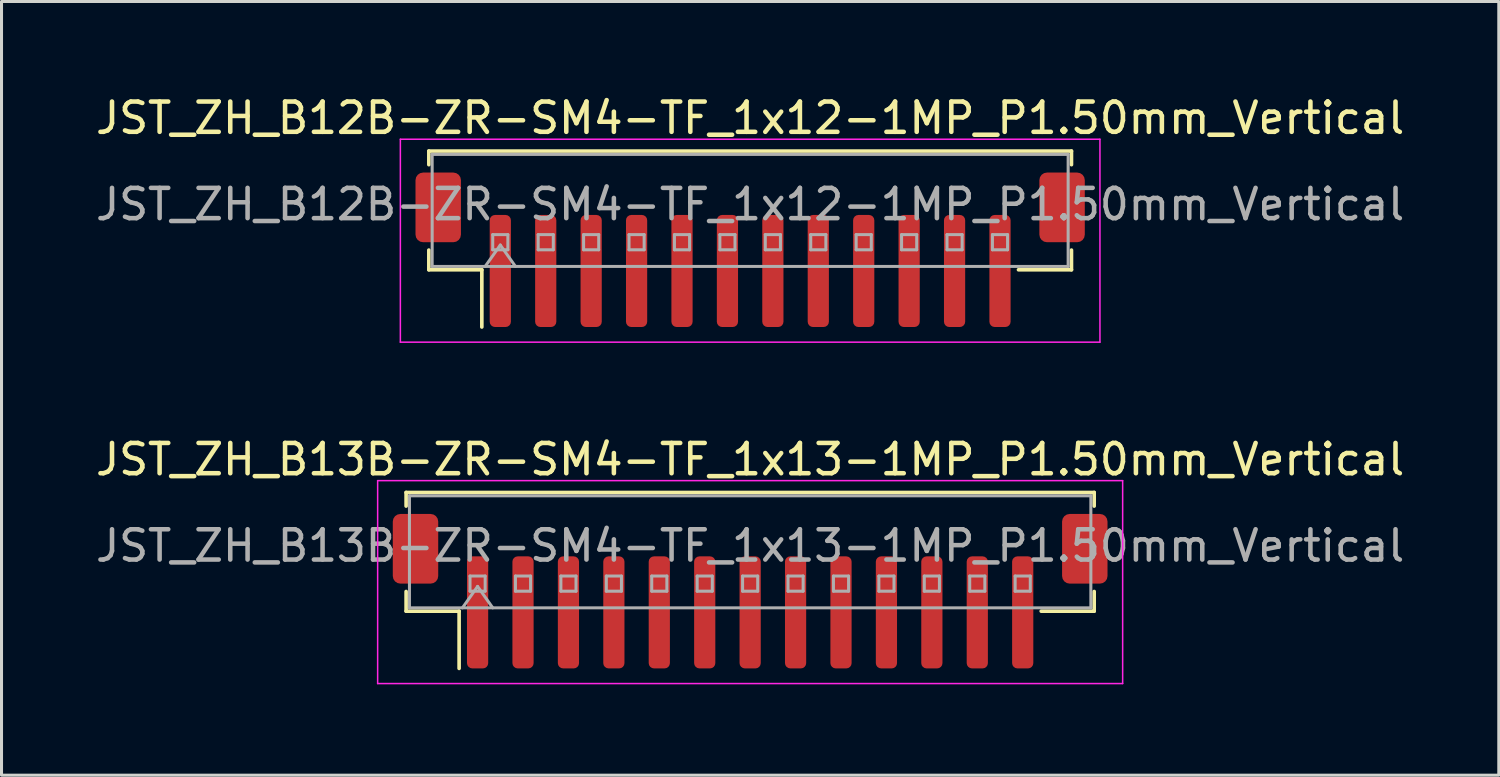
<source format=kicad_pcb>
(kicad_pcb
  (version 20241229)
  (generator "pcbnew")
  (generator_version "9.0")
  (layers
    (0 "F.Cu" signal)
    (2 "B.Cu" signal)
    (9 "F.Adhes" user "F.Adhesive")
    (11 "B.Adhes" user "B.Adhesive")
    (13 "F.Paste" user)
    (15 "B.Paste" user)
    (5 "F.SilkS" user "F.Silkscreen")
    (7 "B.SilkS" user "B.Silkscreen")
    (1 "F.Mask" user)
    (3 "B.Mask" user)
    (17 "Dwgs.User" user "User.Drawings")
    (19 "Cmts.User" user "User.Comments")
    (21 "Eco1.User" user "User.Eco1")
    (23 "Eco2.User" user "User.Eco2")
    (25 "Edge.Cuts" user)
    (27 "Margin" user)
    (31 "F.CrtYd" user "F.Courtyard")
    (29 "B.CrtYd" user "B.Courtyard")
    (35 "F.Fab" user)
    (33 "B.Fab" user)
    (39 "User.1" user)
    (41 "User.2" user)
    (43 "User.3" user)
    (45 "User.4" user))
  (footprint "JST_ZH_B12B-ZR-SM4-TF_1x12-1MP_P1.50mm_Vertical"
    (layer "F.Cu")
    (at 21.72 5.198)
    (property "Reference" "JST_ZH_B12B-ZR-SM4-TF_1x12-1MP_P1.50mm_Vertical" (at 0 -4.35 0) (layer "F.SilkS") (effects (font (size 1 1) (thickness 0.15))))
    (attr smd)
    (fp_line (start -10.61 -3.26) (end 10.61 -3.26) (stroke (width 0.12) (type solid)) (layer "F.SilkS"))
    (fp_line (start -10.61 -2.81) (end -10.61 -3.26) (stroke (width 0.12) (type solid)) (layer "F.SilkS"))
    (fp_line (start -10.61 0.01) (end -10.61 0.66) (stroke (width 0.12) (type solid)) (layer "F.SilkS"))
    (fp_line (start -10.61 0.66) (end -8.86 0.66) (stroke (width 0.12) (type solid)) (layer "F.SilkS"))
    (fp_line (start -8.86 0.66) (end -8.86 2.55) (stroke (width 0.12) (type solid)) (layer "F.SilkS"))
    (fp_line (start 10.61 -3.26) (end 10.61 -2.81) (stroke (width 0.12) (type solid)) (layer "F.SilkS"))
    (fp_line (start 10.61 0.01) (end 10.61 0.66) (stroke (width 0.12) (type solid)) (layer "F.SilkS"))
    (fp_line (start 10.61 0.66) (end 8.86 0.66) (stroke (width 0.12) (type solid)) (layer "F.SilkS"))
    (fp_line (start -11.55 -3.65) (end -11.55 3.05) (stroke (width 0.05) (type solid)) (layer "F.CrtYd"))
    (fp_line (start -11.55 3.05) (end 11.55 3.05) (stroke (width 0.05) (type solid)) (layer "F.CrtYd"))
    (fp_line (start 11.55 -3.65) (end -11.55 -3.65) (stroke (width 0.05) (type solid)) (layer "F.CrtYd"))
    (fp_line (start 11.55 3.05) (end 11.55 -3.65) (stroke (width 0.05) (type solid)) (layer "F.CrtYd"))
    (fp_line (start -10.5 -3.15) (end 10.5 -3.15) (stroke (width 0.1) (type solid)) (layer "F.Fab"))
    (fp_line (start -10.5 0.55) (end -10.5 -3.15) (stroke (width 0.1) (type solid)) (layer "F.Fab"))
    (fp_line (start -10.5 0.55) (end 10.5 0.55) (stroke (width 0.1) (type solid)) (layer "F.Fab"))
    (fp_line (start -8.75 0.55) (end -8.25 -0.157) (stroke (width 0.1) (type solid)) (layer "F.Fab"))
    (fp_line (start -8.5 -0.5) (end -8.5 0) (stroke (width 0.1) (type solid)) (layer "F.Fab"))
    (fp_line (start -8.5 0) (end -8 0) (stroke (width 0.1) (type solid)) (layer "F.Fab"))
    (fp_line (start -8.25 -0.157) (end -7.75 0.55) (stroke (width 0.1) (type solid)) (layer "F.Fab"))
    (fp_line (start -8 -0.5) (end -8.5 -0.5) (stroke (width 0.1) (type solid)) (layer "F.Fab"))
    (fp_line (start -8 0) (end -8 -0.5) (stroke (width 0.1) (type solid)) (layer "F.Fab"))
    (fp_line (start -7 -0.5) (end -7 0) (stroke (width 0.1) (type solid)) (layer "F.Fab"))
    (fp_line (start -7 0) (end -6.5 0) (stroke (width 0.1) (type solid)) (layer "F.Fab"))
    (fp_line (start -6.5 -0.5) (end -7 -0.5) (stroke (width 0.1) (type solid)) (layer "F.Fab"))
    (fp_line (start -6.5 0) (end -6.5 -0.5) (stroke (width 0.1) (type solid)) (layer "F.Fab"))
    (fp_line (start -5.5 -0.5) (end -5.5 0) (stroke (width 0.1) (type solid)) (layer "F.Fab"))
    (fp_line (start -5.5 0) (end -5 0) (stroke (width 0.1) (type solid)) (layer "F.Fab"))
    (fp_line (start -5 -0.5) (end -5.5 -0.5) (stroke (width 0.1) (type solid)) (layer "F.Fab"))
    (fp_line (start -5 0) (end -5 -0.5) (stroke (width 0.1) (type solid)) (layer "F.Fab"))
    (fp_line (start -4 -0.5) (end -4 0) (stroke (width 0.1) (type solid)) (layer "F.Fab"))
    (fp_line (start -4 0) (end -3.5 0) (stroke (width 0.1) (type solid)) (layer "F.Fab"))
    (fp_line (start -3.5 -0.5) (end -4 -0.5) (stroke (width 0.1) (type solid)) (layer "F.Fab"))
    (fp_line (start -3.5 0) (end -3.5 -0.5) (stroke (width 0.1) (type solid)) (layer "F.Fab"))
    (fp_line (start -2.5 -0.5) (end -2.5 0) (stroke (width 0.1) (type solid)) (layer "F.Fab"))
    (fp_line (start -2.5 0) (end -2 0) (stroke (width 0.1) (type solid)) (layer "F.Fab"))
    (fp_line (start -2 -0.5) (end -2.5 -0.5) (stroke (width 0.1) (type solid)) (layer "F.Fab"))
    (fp_line (start -2 0) (end -2 -0.5) (stroke (width 0.1) (type solid)) (layer "F.Fab"))
    (fp_line (start -1 -0.5) (end -1 0) (stroke (width 0.1) (type solid)) (layer "F.Fab"))
    (fp_line (start -1 0) (end -0.5 0) (stroke (width 0.1) (type solid)) (layer "F.Fab"))
    (fp_line (start -0.5 -0.5) (end -1 -0.5) (stroke (width 0.1) (type solid)) (layer "F.Fab"))
    (fp_line (start -0.5 0) (end -0.5 -0.5) (stroke (width 0.1) (type solid)) (layer "F.Fab"))
    (fp_line (start 0.5 -0.5) (end 0.5 0) (stroke (width 0.1) (type solid)) (layer "F.Fab"))
    (fp_line (start 0.5 0) (end 1 0) (stroke (width 0.1) (type solid)) (layer "F.Fab"))
    (fp_line (start 1 -0.5) (end 0.5 -0.5) (stroke (width 0.1) (type solid)) (layer "F.Fab"))
    (fp_line (start 1 0) (end 1 -0.5) (stroke (width 0.1) (type solid)) (layer "F.Fab"))
    (fp_line (start 2 -0.5) (end 2 0) (stroke (width 0.1) (type solid)) (layer "F.Fab"))
    (fp_line (start 2 0) (end 2.5 0) (stroke (width 0.1) (type solid)) (layer "F.Fab"))
    (fp_line (start 2.5 -0.5) (end 2 -0.5) (stroke (width 0.1) (type solid)) (layer "F.Fab"))
    (fp_line (start 2.5 0) (end 2.5 -0.5) (stroke (width 0.1) (type solid)) (layer "F.Fab"))
    (fp_line (start 3.5 -0.5) (end 3.5 0) (stroke (width 0.1) (type solid)) (layer "F.Fab"))
    (fp_line (start 3.5 0) (end 4 0) (stroke (width 0.1) (type solid)) (layer "F.Fab"))
    (fp_line (start 4 -0.5) (end 3.5 -0.5) (stroke (width 0.1) (type solid)) (layer "F.Fab"))
    (fp_line (start 4 0) (end 4 -0.5) (stroke (width 0.1) (type solid)) (layer "F.Fab"))
    (fp_line (start 5 -0.5) (end 5 0) (stroke (width 0.1) (type solid)) (layer "F.Fab"))
    (fp_line (start 5 0) (end 5.5 0) (stroke (width 0.1) (type solid)) (layer "F.Fab"))
    (fp_line (start 5.5 -0.5) (end 5 -0.5) (stroke (width 0.1) (type solid)) (layer "F.Fab"))
    (fp_line (start 5.5 0) (end 5.5 -0.5) (stroke (width 0.1) (type solid)) (layer "F.Fab"))
    (fp_line (start 6.5 -0.5) (end 6.5 0) (stroke (width 0.1) (type solid)) (layer "F.Fab"))
    (fp_line (start 6.5 0) (end 7 0) (stroke (width 0.1) (type solid)) (layer "F.Fab"))
    (fp_line (start 7 -0.5) (end 6.5 -0.5) (stroke (width 0.1) (type solid)) (layer "F.Fab"))
    (fp_line (start 7 0) (end 7 -0.5) (stroke (width 0.1) (type solid)) (layer "F.Fab"))
    (fp_line (start 8 -0.5) (end 8 0) (stroke (width 0.1) (type solid)) (layer "F.Fab"))
    (fp_line (start 8 0) (end 8.5 0) (stroke (width 0.1) (type solid)) (layer "F.Fab"))
    (fp_line (start 8.5 -0.5) (end 8 -0.5) (stroke (width 0.1) (type solid)) (layer "F.Fab"))
    (fp_line (start 8.5 0) (end 8.5 -0.5) (stroke (width 0.1) (type solid)) (layer "F.Fab"))
    (fp_line (start 10.5 0.55) (end 10.5 -3.15) (stroke (width 0.1) (type solid)) (layer "F.Fab"))
    (fp_text user "${REFERENCE}" (at 0 -1.5 0) (layer "F.Fab") (effects (font (size 1 1) (thickness 0.15))))
    (pad "1" smd roundrect (at -8.25 0.7) (size 0.7 3.7) (layers "F.Cu" "F.Mask" "F.Paste") (roundrect_rratio 0.25))
    (pad "2" smd roundrect (at -6.75 0.7) (size 0.7 3.7) (layers "F.Cu" "F.Mask" "F.Paste") (roundrect_rratio 0.25))
    (pad "3" smd roundrect (at -5.25 0.7) (size 0.7 3.7) (layers "F.Cu" "F.Mask" "F.Paste") (roundrect_rratio 0.25))
    (pad "4" smd roundrect (at -3.75 0.7) (size 0.7 3.7) (layers "F.Cu" "F.Mask" "F.Paste") (roundrect_rratio 0.25))
    (pad "5" smd roundrect (at -2.25 0.7) (size 0.7 3.7) (layers "F.Cu" "F.Mask" "F.Paste") (roundrect_rratio 0.25))
    (pad "6" smd roundrect (at -0.75 0.7) (size 0.7 3.7) (layers "F.Cu" "F.Mask" "F.Paste") (roundrect_rratio 0.25))
    (pad "7" smd roundrect (at 0.75 0.7) (size 0.7 3.7) (layers "F.Cu" "F.Mask" "F.Paste") (roundrect_rratio 0.25))
    (pad "8" smd roundrect (at 2.25 0.7) (size 0.7 3.7) (layers "F.Cu" "F.Mask" "F.Paste") (roundrect_rratio 0.25))
    (pad "9" smd roundrect (at 3.75 0.7) (size 0.7 3.7) (layers "F.Cu" "F.Mask" "F.Paste") (roundrect_rratio 0.25))
    (pad "10" smd roundrect (at 5.25 0.7) (size 0.7 3.7) (layers "F.Cu" "F.Mask" "F.Paste") (roundrect_rratio 0.25))
    (pad "11" smd roundrect (at 6.75 0.7) (size 0.7 3.7) (layers "F.Cu" "F.Mask" "F.Paste") (roundrect_rratio 0.25))
    (pad "12" smd roundrect (at 8.25 0.7) (size 0.7 3.7) (layers "F.Cu" "F.Mask" "F.Paste") (roundrect_rratio 0.25))
    (pad "MP" smd roundrect (at -10.3 -1.4) (size 1.5 2.3) (layers "F.Cu" "F.Mask" "F.Paste") (roundrect_rratio 0.167))
    (pad "MP" smd roundrect (at 10.3 -1.4) (size 1.5 2.3) (layers "F.Cu" "F.Mask" "F.Paste") (roundrect_rratio 0.167)))
  (footprint "JST_ZH_B13B-ZR-SM4-TF_1x13-1MP_P1.50mm_Vertical"
    (layer "F.Cu")
    (at 21.72 16.471)
    (property "Reference" "JST_ZH_B13B-ZR-SM4-TF_1x13-1MP_P1.50mm_Vertical" (at 0 -4.35 0) (layer "F.SilkS") (effects (font (size 1 1) (thickness 0.15))))
    (attr smd)
    (fp_line (start -11.36 -3.26) (end 11.36 -3.26) (stroke (width 0.12) (type solid)) (layer "F.SilkS"))
    (fp_line (start -11.36 -2.81) (end -11.36 -3.26) (stroke (width 0.12) (type solid)) (layer "F.SilkS"))
    (fp_line (start -11.36 0.01) (end -11.36 0.66) (stroke (width 0.12) (type solid)) (layer "F.SilkS"))
    (fp_line (start -11.36 0.66) (end -9.61 0.66) (stroke (width 0.12) (type solid)) (layer "F.SilkS"))
    (fp_line (start -9.61 0.66) (end -9.61 2.55) (stroke (width 0.12) (type solid)) (layer "F.SilkS"))
    (fp_line (start 11.36 -3.26) (end 11.36 -2.81) (stroke (width 0.12) (type solid)) (layer "F.SilkS"))
    (fp_line (start 11.36 0.01) (end 11.36 0.66) (stroke (width 0.12) (type solid)) (layer "F.SilkS"))
    (fp_line (start 11.36 0.66) (end 9.61 0.66) (stroke (width 0.12) (type solid)) (layer "F.SilkS"))
    (fp_line (start -12.3 -3.65) (end -12.3 3.05) (stroke (width 0.05) (type solid)) (layer "F.CrtYd"))
    (fp_line (start -12.3 3.05) (end 12.3 3.05) (stroke (width 0.05) (type solid)) (layer "F.CrtYd"))
    (fp_line (start 12.3 -3.65) (end -12.3 -3.65) (stroke (width 0.05) (type solid)) (layer "F.CrtYd"))
    (fp_line (start 12.3 3.05) (end 12.3 -3.65) (stroke (width 0.05) (type solid)) (layer "F.CrtYd"))
    (fp_line (start -11.25 -3.15) (end 11.25 -3.15) (stroke (width 0.1) (type solid)) (layer "F.Fab"))
    (fp_line (start -11.25 0.55) (end -11.25 -3.15) (stroke (width 0.1) (type solid)) (layer "F.Fab"))
    (fp_line (start -11.25 0.55) (end 11.25 0.55) (stroke (width 0.1) (type solid)) (layer "F.Fab"))
    (fp_line (start -9.5 0.55) (end -9 -0.157) (stroke (width 0.1) (type solid)) (layer "F.Fab"))
    (fp_line (start -9.25 -0.5) (end -9.25 0) (stroke (width 0.1) (type solid)) (layer "F.Fab"))
    (fp_line (start -9.25 0) (end -8.75 0) (stroke (width 0.1) (type solid)) (layer "F.Fab"))
    (fp_line (start -9 -0.157) (end -8.5 0.55) (stroke (width 0.1) (type solid)) (layer "F.Fab"))
    (fp_line (start -8.75 -0.5) (end -9.25 -0.5) (stroke (width 0.1) (type solid)) (layer "F.Fab"))
    (fp_line (start -8.75 0) (end -8.75 -0.5) (stroke (width 0.1) (type solid)) (layer "F.Fab"))
    (fp_line (start -7.75 -0.5) (end -7.75 0) (stroke (width 0.1) (type solid)) (layer "F.Fab"))
    (fp_line (start -7.75 0) (end -7.25 0) (stroke (width 0.1) (type solid)) (layer "F.Fab"))
    (fp_line (start -7.25 -0.5) (end -7.75 -0.5) (stroke (width 0.1) (type solid)) (layer "F.Fab"))
    (fp_line (start -7.25 0) (end -7.25 -0.5) (stroke (width 0.1) (type solid)) (layer "F.Fab"))
    (fp_line (start -6.25 -0.5) (end -6.25 0) (stroke (width 0.1) (type solid)) (layer "F.Fab"))
    (fp_line (start -6.25 0) (end -5.75 0) (stroke (width 0.1) (type solid)) (layer "F.Fab"))
    (fp_line (start -5.75 -0.5) (end -6.25 -0.5) (stroke (width 0.1) (type solid)) (layer "F.Fab"))
    (fp_line (start -5.75 0) (end -5.75 -0.5) (stroke (width 0.1) (type solid)) (layer "F.Fab"))
    (fp_line (start -4.75 -0.5) (end -4.75 0) (stroke (width 0.1) (type solid)) (layer "F.Fab"))
    (fp_line (start -4.75 0) (end -4.25 0) (stroke (width 0.1) (type solid)) (layer "F.Fab"))
    (fp_line (start -4.25 -0.5) (end -4.75 -0.5) (stroke (width 0.1) (type solid)) (layer "F.Fab"))
    (fp_line (start -4.25 0) (end -4.25 -0.5) (stroke (width 0.1) (type solid)) (layer "F.Fab"))
    (fp_line (start -3.25 -0.5) (end -3.25 0) (stroke (width 0.1) (type solid)) (layer "F.Fab"))
    (fp_line (start -3.25 0) (end -2.75 0) (stroke (width 0.1) (type solid)) (layer "F.Fab"))
    (fp_line (start -2.75 -0.5) (end -3.25 -0.5) (stroke (width 0.1) (type solid)) (layer "F.Fab"))
    (fp_line (start -2.75 0) (end -2.75 -0.5) (stroke (width 0.1) (type solid)) (layer "F.Fab"))
    (fp_line (start -1.75 -0.5) (end -1.75 0) (stroke (width 0.1) (type solid)) (layer "F.Fab"))
    (fp_line (start -1.75 0) (end -1.25 0) (stroke (width 0.1) (type solid)) (layer "F.Fab"))
    (fp_line (start -1.25 -0.5) (end -1.75 -0.5) (stroke (width 0.1) (type solid)) (layer "F.Fab"))
    (fp_line (start -1.25 0) (end -1.25 -0.5) (stroke (width 0.1) (type solid)) (layer "F.Fab"))
    (fp_line (start -0.25 -0.5) (end -0.25 0) (stroke (width 0.1) (type solid)) (layer "F.Fab"))
    (fp_line (start -0.25 0) (end 0.25 0) (stroke (width 0.1) (type solid)) (layer "F.Fab"))
    (fp_line (start 0.25 -0.5) (end -0.25 -0.5) (stroke (width 0.1) (type solid)) (layer "F.Fab"))
    (fp_line (start 0.25 0) (end 0.25 -0.5) (stroke (width 0.1) (type solid)) (layer "F.Fab"))
    (fp_line (start 1.25 -0.5) (end 1.25 0) (stroke (width 0.1) (type solid)) (layer "F.Fab"))
    (fp_line (start 1.25 0) (end 1.75 0) (stroke (width 0.1) (type solid)) (layer "F.Fab"))
    (fp_line (start 1.75 -0.5) (end 1.25 -0.5) (stroke (width 0.1) (type solid)) (layer "F.Fab"))
    (fp_line (start 1.75 0) (end 1.75 -0.5) (stroke (width 0.1) (type solid)) (layer "F.Fab"))
    (fp_line (start 2.75 -0.5) (end 2.75 0) (stroke (width 0.1) (type solid)) (layer "F.Fab"))
    (fp_line (start 2.75 0) (end 3.25 0) (stroke (width 0.1) (type solid)) (layer "F.Fab"))
    (fp_line (start 3.25 -0.5) (end 2.75 -0.5) (stroke (width 0.1) (type solid)) (layer "F.Fab"))
    (fp_line (start 3.25 0) (end 3.25 -0.5) (stroke (width 0.1) (type solid)) (layer "F.Fab"))
    (fp_line (start 4.25 -0.5) (end 4.25 0) (stroke (width 0.1) (type solid)) (layer "F.Fab"))
    (fp_line (start 4.25 0) (end 4.75 0) (stroke (width 0.1) (type solid)) (layer "F.Fab"))
    (fp_line (start 4.75 -0.5) (end 4.25 -0.5) (stroke (width 0.1) (type solid)) (layer "F.Fab"))
    (fp_line (start 4.75 0) (end 4.75 -0.5) (stroke (width 0.1) (type solid)) (layer "F.Fab"))
    (fp_line (start 5.75 -0.5) (end 5.75 0) (stroke (width 0.1) (type solid)) (layer "F.Fab"))
    (fp_line (start 5.75 0) (end 6.25 0) (stroke (width 0.1) (type solid)) (layer "F.Fab"))
    (fp_line (start 6.25 -0.5) (end 5.75 -0.5) (stroke (width 0.1) (type solid)) (layer "F.Fab"))
    (fp_line (start 6.25 0) (end 6.25 -0.5) (stroke (width 0.1) (type solid)) (layer "F.Fab"))
    (fp_line (start 7.25 -0.5) (end 7.25 0) (stroke (width 0.1) (type solid)) (layer "F.Fab"))
    (fp_line (start 7.25 0) (end 7.75 0) (stroke (width 0.1) (type solid)) (layer "F.Fab"))
    (fp_line (start 7.75 -0.5) (end 7.25 -0.5) (stroke (width 0.1) (type solid)) (layer "F.Fab"))
    (fp_line (start 7.75 0) (end 7.75 -0.5) (stroke (width 0.1) (type solid)) (layer "F.Fab"))
    (fp_line (start 8.75 -0.5) (end 8.75 0) (stroke (width 0.1) (type solid)) (layer "F.Fab"))
    (fp_line (start 8.75 0) (end 9.25 0) (stroke (width 0.1) (type solid)) (layer "F.Fab"))
    (fp_line (start 9.25 -0.5) (end 8.75 -0.5) (stroke (width 0.1) (type solid)) (layer "F.Fab"))
    (fp_line (start 9.25 0) (end 9.25 -0.5) (stroke (width 0.1) (type solid)) (layer "F.Fab"))
    (fp_line (start 11.25 0.55) (end 11.25 -3.15) (stroke (width 0.1) (type solid)) (layer "F.Fab"))
    (fp_text user "${REFERENCE}" (at 0 -1.5 0) (layer "F.Fab") (effects (font (size 1 1) (thickness 0.15))))
    (pad "1" smd roundrect (at -9 0.7) (size 0.7 3.7) (layers "F.Cu" "F.Mask" "F.Paste") (roundrect_rratio 0.25))
    (pad "2" smd roundrect (at -7.5 0.7) (size 0.7 3.7) (layers "F.Cu" "F.Mask" "F.Paste") (roundrect_rratio 0.25))
    (pad "3" smd roundrect (at -6 0.7) (size 0.7 3.7) (layers "F.Cu" "F.Mask" "F.Paste") (roundrect_rratio 0.25))
    (pad "4" smd roundrect (at -4.5 0.7) (size 0.7 3.7) (layers "F.Cu" "F.Mask" "F.Paste") (roundrect_rratio 0.25))
    (pad "5" smd roundrect (at -3 0.7) (size 0.7 3.7) (layers "F.Cu" "F.Mask" "F.Paste") (roundrect_rratio 0.25))
    (pad "6" smd roundrect (at -1.5 0.7) (size 0.7 3.7) (layers "F.Cu" "F.Mask" "F.Paste") (roundrect_rratio 0.25))
    (pad "7" smd roundrect (at 0 0.7) (size 0.7 3.7) (layers "F.Cu" "F.Mask" "F.Paste") (roundrect_rratio 0.25))
    (pad "8" smd roundrect (at 1.5 0.7) (size 0.7 3.7) (layers "F.Cu" "F.Mask" "F.Paste") (roundrect_rratio 0.25))
    (pad "9" smd roundrect (at 3 0.7) (size 0.7 3.7) (layers "F.Cu" "F.Mask" "F.Paste") (roundrect_rratio 0.25))
    (pad "10" smd roundrect (at 4.5 0.7) (size 0.7 3.7) (layers "F.Cu" "F.Mask" "F.Paste") (roundrect_rratio 0.25))
    (pad "11" smd roundrect (at 6 0.7) (size 0.7 3.7) (layers "F.Cu" "F.Mask" "F.Paste") (roundrect_rratio 0.25))
    (pad "12" smd roundrect (at 7.5 0.7) (size 0.7 3.7) (layers "F.Cu" "F.Mask" "F.Paste") (roundrect_rratio 0.25))
    (pad "13" smd roundrect (at 9 0.7) (size 0.7 3.7) (layers "F.Cu" "F.Mask" "F.Paste") (roundrect_rratio 0.25))
    (pad "MP" smd roundrect (at -11.05 -1.4) (size 1.5 2.3) (layers "F.Cu" "F.Mask" "F.Paste") (roundrect_rratio 0.167))
    (pad "MP" smd roundrect (at 11.05 -1.4) (size 1.5 2.3) (layers "F.Cu" "F.Mask" "F.Paste") (roundrect_rratio 0.167)))
  (gr_rect
    (start -3 -3)
    (end 46.44 22.547)
    (stroke (width 0.1) (type default))
    (fill no)
    (layer "Edge.Cuts")))
</source>
